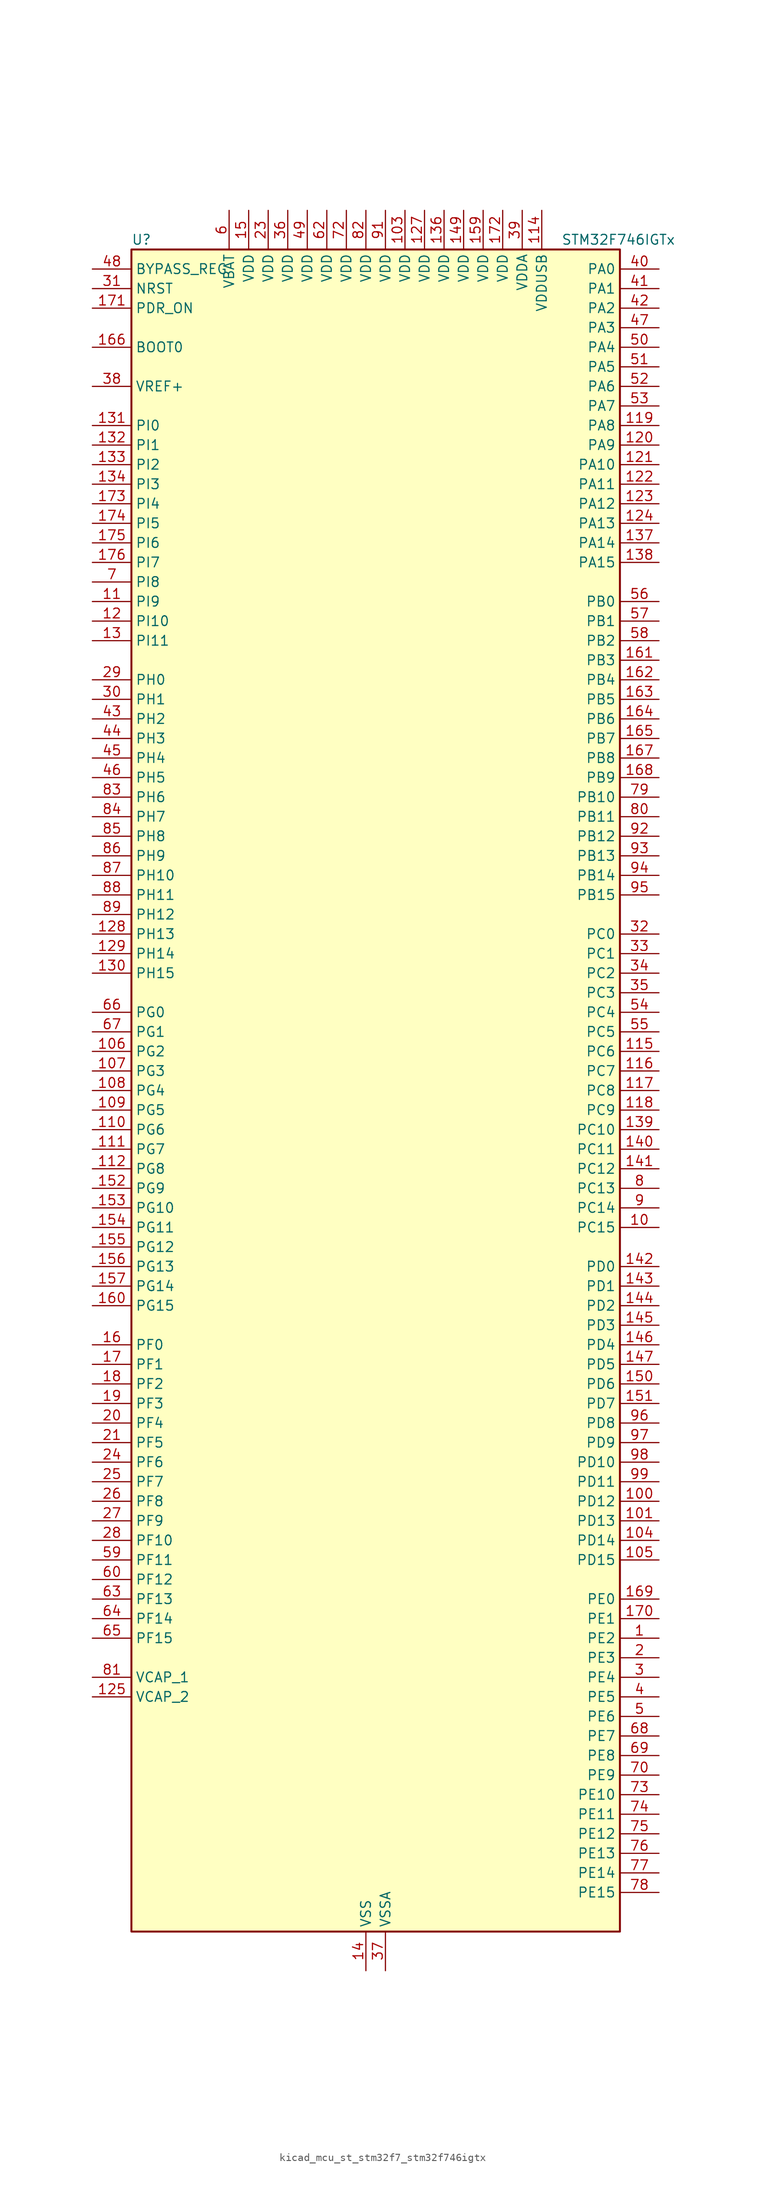
<source format=kicad_sym>
(kicad_symbol_lib
  (version 20220914)
  (generator kicad_symbol_editor)
  (symbol "kicad_mcu_st_stm32f7_stm32f746igtx"
    (property "Reference" "U"
      (at -30.48 110.49 0)
      (effects (font (size 1.27 1.27)) (justify left)))
    (property "Value" "STM32F746IGTx"
      (at 25.4 110.49 0)
      (effects (font (size 1.27 1.27)) (justify left)))
    (property "ki_locked" ""
      (at 0 0 0)
      (effects (font (size 1.27 1.27))))
    (symbol "kicad_mcu_st_stm32f7_stm32f746igtx_0_1"
      (rectangle (start -30.48 -109.22) (end 33.02 109.22) (stroke (width 0.254) (type default)) (fill (type background))))
    (symbol "kicad_mcu_st_stm32f7_stm32f746igtx_1_1"
      (pin bidirectional line (at 38.1 -71.12 180) (length 5.08) (name "PE2" (effects (font (size 1.27 1.27)))) (number "1" (effects (font (size 1.27 1.27)))) (alternate "ETH_TXD3" bidirectional line) (alternate "FMC_A23" bidirectional line) (alternate "QUADSPI_BK1_IO2" bidirectional line) (alternate "SAI1_MCLK_A" bidirectional line) (alternate "SPI4_SCK" bidirectional line) (alternate "SYS_TRACECLK" bidirectional line))
      (pin bidirectional line (at 38.1 -17.78 180) (length 5.08) (name "PC15" (effects (font (size 1.27 1.27)))) (number "10" (effects (font (size 1.27 1.27)))) (alternate "RCC_OSC32_OUT" bidirectional line))
      (pin bidirectional line (at 38.1 -53.34 180) (length 5.08) (name "PD12" (effects (font (size 1.27 1.27)))) (number "100" (effects (font (size 1.27 1.27)))) (alternate "FMC_A17" bidirectional line) (alternate "FMC_ALE" bidirectional line) (alternate "I2C4_SCL" bidirectional line) (alternate "LPTIM1_IN1" bidirectional line) (alternate "QUADSPI_BK1_IO1" bidirectional line) (alternate "SAI2_FS_A" bidirectional line) (alternate "TIM4_CH1" bidirectional line) (alternate "USART3_DE" bidirectional line) (alternate "USART3_RTS" bidirectional line))
      (pin bidirectional line (at 38.1 -55.88 180) (length 5.08) (name "PD13" (effects (font (size 1.27 1.27)))) (number "101" (effects (font (size 1.27 1.27)))) (alternate "FMC_A18" bidirectional line) (alternate "I2C4_SDA" bidirectional line) (alternate "LPTIM1_OUT" bidirectional line) (alternate "QUADSPI_BK1_IO3" bidirectional line) (alternate "SAI2_SCK_A" bidirectional line) (alternate "TIM4_CH2" bidirectional line))
      (pin passive line (at 0 -114.3 90) (length 5.08) hide (name "VSS" (effects (font (size 1.27 1.27)))) (number "102" (effects (font (size 1.27 1.27)))))
      (pin power_in line (at 5.08 114.3 270) (length 5.08) (name "VDD" (effects (font (size 1.27 1.27)))) (number "103" (effects (font (size 1.27 1.27)))))
      (pin bidirectional line (at 38.1 -58.42 180) (length 5.08) (name "PD14" (effects (font (size 1.27 1.27)))) (number "104" (effects (font (size 1.27 1.27)))) (alternate "FMC_D0" bidirectional line) (alternate "FMC_DA0" bidirectional line) (alternate "TIM4_CH3" bidirectional line) (alternate "UART8_CTS" bidirectional line))
      (pin bidirectional line (at 38.1 -60.96 180) (length 5.08) (name "PD15" (effects (font (size 1.27 1.27)))) (number "105" (effects (font (size 1.27 1.27)))) (alternate "FMC_D1" bidirectional line) (alternate "FMC_DA1" bidirectional line) (alternate "TIM4_CH4" bidirectional line) (alternate "UART8_DE" bidirectional line) (alternate "UART8_RTS" bidirectional line))
      (pin bidirectional line (at -35.56 5.08 0) (length 5.08) (name "PG2" (effects (font (size 1.27 1.27)))) (number "106" (effects (font (size 1.27 1.27)))) (alternate "FMC_A12" bidirectional line))
      (pin bidirectional line (at -35.56 2.54 0) (length 5.08) (name "PG3" (effects (font (size 1.27 1.27)))) (number "107" (effects (font (size 1.27 1.27)))) (alternate "FMC_A13" bidirectional line))
      (pin bidirectional line (at -35.56 0 0) (length 5.08) (name "PG4" (effects (font (size 1.27 1.27)))) (number "108" (effects (font (size 1.27 1.27)))) (alternate "FMC_A14" bidirectional line) (alternate "FMC_BA0" bidirectional line))
      (pin bidirectional line (at -35.56 -2.54 0) (length 5.08) (name "PG5" (effects (font (size 1.27 1.27)))) (number "109" (effects (font (size 1.27 1.27)))) (alternate "FMC_A15" bidirectional line) (alternate "FMC_BA1" bidirectional line))
      (pin bidirectional line (at -35.56 63.5 0) (length 5.08) (name "PI9" (effects (font (size 1.27 1.27)))) (number "11" (effects (font (size 1.27 1.27)))) (alternate "CAN1_RX" bidirectional line) (alternate "DAC_EXTI9" bidirectional line) (alternate "FMC_D30" bidirectional line) (alternate "LTDC_VSYNC" bidirectional line))
      (pin bidirectional line (at -35.56 -5.08 0) (length 5.08) (name "PG6" (effects (font (size 1.27 1.27)))) (number "110" (effects (font (size 1.27 1.27)))) (alternate "DCMI_D12" bidirectional line) (alternate "LTDC_R7" bidirectional line))
      (pin bidirectional line (at -35.56 -7.62 0) (length 5.08) (name "PG7" (effects (font (size 1.27 1.27)))) (number "111" (effects (font (size 1.27 1.27)))) (alternate "DCMI_D13" bidirectional line) (alternate "FMC_INT" bidirectional line) (alternate "LTDC_CLK" bidirectional line) (alternate "USART6_CK" bidirectional line))
      (pin bidirectional line (at -35.56 -10.16 0) (length 5.08) (name "PG8" (effects (font (size 1.27 1.27)))) (number "112" (effects (font (size 1.27 1.27)))) (alternate "ETH_PPS_OUT" bidirectional line) (alternate "FMC_SDCLK" bidirectional line) (alternate "SPDIFRX_IN2" bidirectional line) (alternate "SPI6_NSS" bidirectional line) (alternate "USART6_DE" bidirectional line) (alternate "USART6_RTS" bidirectional line))
      (pin passive line (at 0 -114.3 90) (length 5.08) hide (name "VSS" (effects (font (size 1.27 1.27)))) (number "113" (effects (font (size 1.27 1.27)))))
      (pin power_in line (at 22.86 114.3 270) (length 5.08) (name "VDDUSB" (effects (font (size 1.27 1.27)))) (number "114" (effects (font (size 1.27 1.27)))))
      (pin bidirectional line (at 38.1 5.08 180) (length 5.08) (name "PC6" (effects (font (size 1.27 1.27)))) (number "115" (effects (font (size 1.27 1.27)))) (alternate "DCMI_D0" bidirectional line) (alternate "I2S2_MCK" bidirectional line) (alternate "LTDC_HSYNC" bidirectional line) (alternate "SDMMC1_D6" bidirectional line) (alternate "TIM3_CH1" bidirectional line) (alternate "TIM8_CH1" bidirectional line) (alternate "USART6_TX" bidirectional line))
      (pin bidirectional line (at 38.1 2.54 180) (length 5.08) (name "PC7" (effects (font (size 1.27 1.27)))) (number "116" (effects (font (size 1.27 1.27)))) (alternate "DCMI_D1" bidirectional line) (alternate "I2S3_MCK" bidirectional line) (alternate "LTDC_G6" bidirectional line) (alternate "SDMMC1_D7" bidirectional line) (alternate "TIM3_CH2" bidirectional line) (alternate "TIM8_CH2" bidirectional line) (alternate "USART6_RX" bidirectional line))
      (pin bidirectional line (at 38.1 0 180) (length 5.08) (name "PC8" (effects (font (size 1.27 1.27)))) (number "117" (effects (font (size 1.27 1.27)))) (alternate "DCMI_D2" bidirectional line) (alternate "SDMMC1_D0" bidirectional line) (alternate "SYS_TRACED1" bidirectional line) (alternate "TIM3_CH3" bidirectional line) (alternate "TIM8_CH3" bidirectional line) (alternate "UART5_DE" bidirectional line) (alternate "UART5_RTS" bidirectional line) (alternate "USART6_CK" bidirectional line))
      (pin bidirectional line (at 38.1 -2.54 180) (length 5.08) (name "PC9" (effects (font (size 1.27 1.27)))) (number "118" (effects (font (size 1.27 1.27)))) (alternate "DAC_EXTI9" bidirectional line) (alternate "DCMI_D3" bidirectional line) (alternate "I2C3_SDA" bidirectional line) (alternate "I2S_CKIN" bidirectional line) (alternate "QUADSPI_BK1_IO0" bidirectional line) (alternate "RCC_MCO_2" bidirectional line) (alternate "SDMMC1_D1" bidirectional line) (alternate "TIM3_CH4" bidirectional line) (alternate "TIM8_CH4" bidirectional line) (alternate "UART5_CTS" bidirectional line))
      (pin bidirectional line (at 38.1 86.36 180) (length 5.08) (name "PA8" (effects (font (size 1.27 1.27)))) (number "119" (effects (font (size 1.27 1.27)))) (alternate "I2C3_SCL" bidirectional line) (alternate "LTDC_R6" bidirectional line) (alternate "RCC_MCO_1" bidirectional line) (alternate "TIM1_CH1" bidirectional line) (alternate "TIM8_BKIN2" bidirectional line) (alternate "USART1_CK" bidirectional line) (alternate "USB_OTG_FS_SOF" bidirectional line))
      (pin bidirectional line (at -35.56 60.96 0) (length 5.08) (name "PI10" (effects (font (size 1.27 1.27)))) (number "12" (effects (font (size 1.27 1.27)))) (alternate "ETH_RX_ER" bidirectional line) (alternate "FMC_D31" bidirectional line) (alternate "LTDC_HSYNC" bidirectional line))
      (pin bidirectional line (at 38.1 83.82 180) (length 5.08) (name "PA9" (effects (font (size 1.27 1.27)))) (number "120" (effects (font (size 1.27 1.27)))) (alternate "DAC_EXTI9" bidirectional line) (alternate "DCMI_D0" bidirectional line) (alternate "I2C3_SMBA" bidirectional line) (alternate "I2S2_CK" bidirectional line) (alternate "SPI2_SCK" bidirectional line) (alternate "TIM1_CH2" bidirectional line) (alternate "USART1_TX" bidirectional line) (alternate "USB_OTG_FS_VBUS" bidirectional line))
      (pin bidirectional line (at 38.1 81.28 180) (length 5.08) (name "PA10" (effects (font (size 1.27 1.27)))) (number "121" (effects (font (size 1.27 1.27)))) (alternate "DCMI_D1" bidirectional line) (alternate "TIM1_CH3" bidirectional line) (alternate "USART1_RX" bidirectional line) (alternate "USB_OTG_FS_ID" bidirectional line))
      (pin bidirectional line (at 38.1 78.74 180) (length 5.08) (name "PA11" (effects (font (size 1.27 1.27)))) (number "122" (effects (font (size 1.27 1.27)))) (alternate "ADC1_EXTI11" bidirectional line) (alternate "ADC2_EXTI11" bidirectional line) (alternate "ADC3_EXTI11" bidirectional line) (alternate "CAN1_RX" bidirectional line) (alternate "LTDC_R4" bidirectional line) (alternate "TIM1_CH4" bidirectional line) (alternate "USART1_CTS" bidirectional line) (alternate "USB_OTG_FS_DM" bidirectional line))
      (pin bidirectional line (at 38.1 76.2 180) (length 5.08) (name "PA12" (effects (font (size 1.27 1.27)))) (number "123" (effects (font (size 1.27 1.27)))) (alternate "CAN1_TX" bidirectional line) (alternate "LTDC_R5" bidirectional line) (alternate "SAI2_FS_B" bidirectional line) (alternate "TIM1_ETR" bidirectional line) (alternate "USART1_DE" bidirectional line) (alternate "USART1_RTS" bidirectional line) (alternate "USB_OTG_FS_DP" bidirectional line))
      (pin bidirectional line (at 38.1 73.66 180) (length 5.08) (name "PA13" (effects (font (size 1.27 1.27)))) (number "124" (effects (font (size 1.27 1.27)))) (alternate "SYS_JTMS-SWDIO" bidirectional line))
      (pin power_out line (at -35.56 -78.74 0) (length 5.08) (name "VCAP_2" (effects (font (size 1.27 1.27)))) (number "125" (effects (font (size 1.27 1.27)))))
      (pin passive line (at 0 -114.3 90) (length 5.08) hide (name "VSS" (effects (font (size 1.27 1.27)))) (number "126" (effects (font (size 1.27 1.27)))))
      (pin power_in line (at 7.62 114.3 270) (length 5.08) (name "VDD" (effects (font (size 1.27 1.27)))) (number "127" (effects (font (size 1.27 1.27)))))
      (pin bidirectional line (at -35.56 20.32 0) (length 5.08) (name "PH13" (effects (font (size 1.27 1.27)))) (number "128" (effects (font (size 1.27 1.27)))) (alternate "CAN1_TX" bidirectional line) (alternate "FMC_D21" bidirectional line) (alternate "LTDC_G2" bidirectional line) (alternate "TIM8_CH1N" bidirectional line))
      (pin bidirectional line (at -35.56 17.78 0) (length 5.08) (name "PH14" (effects (font (size 1.27 1.27)))) (number "129" (effects (font (size 1.27 1.27)))) (alternate "DCMI_D4" bidirectional line) (alternate "FMC_D22" bidirectional line) (alternate "LTDC_G3" bidirectional line) (alternate "TIM8_CH2N" bidirectional line))
      (pin bidirectional line (at -35.56 58.42 0) (length 5.08) (name "PI11" (effects (font (size 1.27 1.27)))) (number "13" (effects (font (size 1.27 1.27)))) (alternate "ADC1_EXTI11" bidirectional line) (alternate "ADC2_EXTI11" bidirectional line) (alternate "ADC3_EXTI11" bidirectional line) (alternate "SYS_WKUP6" bidirectional line) (alternate "USB_OTG_HS_ULPI_DIR" bidirectional line))
      (pin bidirectional line (at -35.56 15.24 0) (length 5.08) (name "PH15" (effects (font (size 1.27 1.27)))) (number "130" (effects (font (size 1.27 1.27)))) (alternate "DCMI_D11" bidirectional line) (alternate "FMC_D23" bidirectional line) (alternate "LTDC_G4" bidirectional line) (alternate "TIM8_CH3N" bidirectional line))
      (pin bidirectional line (at -35.56 86.36 0) (length 5.08) (name "PI0" (effects (font (size 1.27 1.27)))) (number "131" (effects (font (size 1.27 1.27)))) (alternate "DCMI_D13" bidirectional line) (alternate "FMC_D24" bidirectional line) (alternate "I2S2_WS" bidirectional line) (alternate "LTDC_G5" bidirectional line) (alternate "SPI2_NSS" bidirectional line) (alternate "TIM5_CH4" bidirectional line))
      (pin bidirectional line (at -35.56 83.82 0) (length 5.08) (name "PI1" (effects (font (size 1.27 1.27)))) (number "132" (effects (font (size 1.27 1.27)))) (alternate "DCMI_D8" bidirectional line) (alternate "FMC_D25" bidirectional line) (alternate "I2S2_CK" bidirectional line) (alternate "LTDC_G6" bidirectional line) (alternate "SPI2_SCK" bidirectional line) (alternate "TIM8_BKIN2" bidirectional line))
      (pin bidirectional line (at -35.56 81.28 0) (length 5.08) (name "PI2" (effects (font (size 1.27 1.27)))) (number "133" (effects (font (size 1.27 1.27)))) (alternate "DCMI_D9" bidirectional line) (alternate "FMC_D26" bidirectional line) (alternate "LTDC_G7" bidirectional line) (alternate "SPI2_MISO" bidirectional line) (alternate "TIM8_CH4" bidirectional line))
      (pin bidirectional line (at -35.56 78.74 0) (length 5.08) (name "PI3" (effects (font (size 1.27 1.27)))) (number "134" (effects (font (size 1.27 1.27)))) (alternate "DCMI_D10" bidirectional line) (alternate "FMC_D27" bidirectional line) (alternate "I2S2_SD" bidirectional line) (alternate "SPI2_MOSI" bidirectional line) (alternate "TIM8_ETR" bidirectional line))
      (pin passive line (at 0 -114.3 90) (length 5.08) hide (name "VSS" (effects (font (size 1.27 1.27)))) (number "135" (effects (font (size 1.27 1.27)))))
      (pin power_in line (at 10.16 114.3 270) (length 5.08) (name "VDD" (effects (font (size 1.27 1.27)))) (number "136" (effects (font (size 1.27 1.27)))))
      (pin bidirectional line (at 38.1 71.12 180) (length 5.08) (name "PA14" (effects (font (size 1.27 1.27)))) (number "137" (effects (font (size 1.27 1.27)))) (alternate "SYS_JTCK-SWCLK" bidirectional line))
      (pin bidirectional line (at 38.1 68.58 180) (length 5.08) (name "PA15" (effects (font (size 1.27 1.27)))) (number "138" (effects (font (size 1.27 1.27)))) (alternate "CEC" bidirectional line) (alternate "I2S1_WS" bidirectional line) (alternate "I2S3_WS" bidirectional line) (alternate "SPI1_NSS" bidirectional line) (alternate "SPI3_NSS" bidirectional line) (alternate "SYS_JTDI" bidirectional line) (alternate "TIM2_CH1" bidirectional line) (alternate "TIM2_ETR" bidirectional line) (alternate "UART4_DE" bidirectional line) (alternate "UART4_RTS" bidirectional line))
      (pin bidirectional line (at 38.1 -5.08 180) (length 5.08) (name "PC10" (effects (font (size 1.27 1.27)))) (number "139" (effects (font (size 1.27 1.27)))) (alternate "DCMI_D8" bidirectional line) (alternate "I2S3_CK" bidirectional line) (alternate "LTDC_R2" bidirectional line) (alternate "QUADSPI_BK1_IO1" bidirectional line) (alternate "SDMMC1_D2" bidirectional line) (alternate "SPI3_SCK" bidirectional line) (alternate "UART4_TX" bidirectional line) (alternate "USART3_TX" bidirectional line))
      (pin power_in line (at 0 -114.3 90) (length 5.08) (name "VSS" (effects (font (size 1.27 1.27)))) (number "14" (effects (font (size 1.27 1.27)))))
      (pin bidirectional line (at 38.1 -7.62 180) (length 5.08) (name "PC11" (effects (font (size 1.27 1.27)))) (number "140" (effects (font (size 1.27 1.27)))) (alternate "ADC1_EXTI11" bidirectional line) (alternate "ADC2_EXTI11" bidirectional line) (alternate "ADC3_EXTI11" bidirectional line) (alternate "DCMI_D4" bidirectional line) (alternate "QUADSPI_BK2_NCS" bidirectional line) (alternate "SDMMC1_D3" bidirectional line) (alternate "SPI3_MISO" bidirectional line) (alternate "UART4_RX" bidirectional line) (alternate "USART3_RX" bidirectional line))
      (pin bidirectional line (at 38.1 -10.16 180) (length 5.08) (name "PC12" (effects (font (size 1.27 1.27)))) (number "141" (effects (font (size 1.27 1.27)))) (alternate "DCMI_D9" bidirectional line) (alternate "I2S3_SD" bidirectional line) (alternate "SDMMC1_CK" bidirectional line) (alternate "SPI3_MOSI" bidirectional line) (alternate "SYS_TRACED3" bidirectional line) (alternate "UART5_TX" bidirectional line) (alternate "USART3_CK" bidirectional line))
      (pin bidirectional line (at 38.1 -22.86 180) (length 5.08) (name "PD0" (effects (font (size 1.27 1.27)))) (number "142" (effects (font (size 1.27 1.27)))) (alternate "CAN1_RX" bidirectional line) (alternate "FMC_D2" bidirectional line) (alternate "FMC_DA2" bidirectional line))
      (pin bidirectional line (at 38.1 -25.4 180) (length 5.08) (name "PD1" (effects (font (size 1.27 1.27)))) (number "143" (effects (font (size 1.27 1.27)))) (alternate "CAN1_TX" bidirectional line) (alternate "FMC_D3" bidirectional line) (alternate "FMC_DA3" bidirectional line))
      (pin bidirectional line (at 38.1 -27.94 180) (length 5.08) (name "PD2" (effects (font (size 1.27 1.27)))) (number "144" (effects (font (size 1.27 1.27)))) (alternate "DCMI_D11" bidirectional line) (alternate "SDMMC1_CMD" bidirectional line) (alternate "SYS_TRACED2" bidirectional line) (alternate "TIM3_ETR" bidirectional line) (alternate "UART5_RX" bidirectional line))
      (pin bidirectional line (at 38.1 -30.48 180) (length 5.08) (name "PD3" (effects (font (size 1.27 1.27)))) (number "145" (effects (font (size 1.27 1.27)))) (alternate "DCMI_D5" bidirectional line) (alternate "FMC_CLK" bidirectional line) (alternate "I2S2_CK" bidirectional line) (alternate "LTDC_G7" bidirectional line) (alternate "SPI2_SCK" bidirectional line) (alternate "USART2_CTS" bidirectional line))
      (pin bidirectional line (at 38.1 -33.02 180) (length 5.08) (name "PD4" (effects (font (size 1.27 1.27)))) (number "146" (effects (font (size 1.27 1.27)))) (alternate "FMC_NOE" bidirectional line) (alternate "USART2_DE" bidirectional line) (alternate "USART2_RTS" bidirectional line))
      (pin bidirectional line (at 38.1 -35.56 180) (length 5.08) (name "PD5" (effects (font (size 1.27 1.27)))) (number "147" (effects (font (size 1.27 1.27)))) (alternate "FMC_NWE" bidirectional line) (alternate "USART2_TX" bidirectional line))
      (pin passive line (at 0 -114.3 90) (length 5.08) hide (name "VSS" (effects (font (size 1.27 1.27)))) (number "148" (effects (font (size 1.27 1.27)))))
      (pin power_in line (at 12.7 114.3 270) (length 5.08) (name "VDD" (effects (font (size 1.27 1.27)))) (number "149" (effects (font (size 1.27 1.27)))))
      (pin power_in line (at -15.24 114.3 270) (length 5.08) (name "VDD" (effects (font (size 1.27 1.27)))) (number "15" (effects (font (size 1.27 1.27)))))
      (pin bidirectional line (at 38.1 -38.1 180) (length 5.08) (name "PD6" (effects (font (size 1.27 1.27)))) (number "150" (effects (font (size 1.27 1.27)))) (alternate "DCMI_D10" bidirectional line) (alternate "FMC_NWAIT" bidirectional line) (alternate "I2S3_SD" bidirectional line) (alternate "LTDC_B2" bidirectional line) (alternate "SAI1_SD_A" bidirectional line) (alternate "SPI3_MOSI" bidirectional line) (alternate "USART2_RX" bidirectional line))
      (pin bidirectional line (at 38.1 -40.64 180) (length 5.08) (name "PD7" (effects (font (size 1.27 1.27)))) (number "151" (effects (font (size 1.27 1.27)))) (alternate "FMC_NE1" bidirectional line) (alternate "SPDIFRX_IN0" bidirectional line) (alternate "USART2_CK" bidirectional line))
      (pin bidirectional line (at -35.56 -12.7 0) (length 5.08) (name "PG9" (effects (font (size 1.27 1.27)))) (number "152" (effects (font (size 1.27 1.27)))) (alternate "DAC_EXTI9" bidirectional line) (alternate "DCMI_VSYNC" bidirectional line) (alternate "FMC_NCE" bidirectional line) (alternate "FMC_NE2" bidirectional line) (alternate "QUADSPI_BK2_IO2" bidirectional line) (alternate "SAI2_FS_B" bidirectional line) (alternate "SPDIFRX_IN3" bidirectional line) (alternate "USART6_RX" bidirectional line))
      (pin bidirectional line (at -35.56 -15.24 0) (length 5.08) (name "PG10" (effects (font (size 1.27 1.27)))) (number "153" (effects (font (size 1.27 1.27)))) (alternate "DCMI_D2" bidirectional line) (alternate "FMC_NE3" bidirectional line) (alternate "LTDC_B2" bidirectional line) (alternate "LTDC_G3" bidirectional line) (alternate "SAI2_SD_B" bidirectional line))
      (pin bidirectional line (at -35.56 -17.78 0) (length 5.08) (name "PG11" (effects (font (size 1.27 1.27)))) (number "154" (effects (font (size 1.27 1.27)))) (alternate "ADC1_EXTI11" bidirectional line) (alternate "ADC2_EXTI11" bidirectional line) (alternate "ADC3_EXTI11" bidirectional line) (alternate "DCMI_D3" bidirectional line) (alternate "ETH_TX_EN" bidirectional line) (alternate "LTDC_B3" bidirectional line) (alternate "SPDIFRX_IN0" bidirectional line))
      (pin bidirectional line (at -35.56 -20.32 0) (length 5.08) (name "PG12" (effects (font (size 1.27 1.27)))) (number "155" (effects (font (size 1.27 1.27)))) (alternate "FMC_NE4" bidirectional line) (alternate "LPTIM1_IN1" bidirectional line) (alternate "LTDC_B1" bidirectional line) (alternate "LTDC_B4" bidirectional line) (alternate "SPDIFRX_IN1" bidirectional line) (alternate "SPI6_MISO" bidirectional line) (alternate "USART6_DE" bidirectional line) (alternate "USART6_RTS" bidirectional line))
      (pin bidirectional line (at -35.56 -22.86 0) (length 5.08) (name "PG13" (effects (font (size 1.27 1.27)))) (number "156" (effects (font (size 1.27 1.27)))) (alternate "ETH_TXD0" bidirectional line) (alternate "FMC_A24" bidirectional line) (alternate "LPTIM1_OUT" bidirectional line) (alternate "LTDC_R0" bidirectional line) (alternate "SPI6_SCK" bidirectional line) (alternate "SYS_TRACED0" bidirectional line) (alternate "USART6_CTS" bidirectional line))
      (pin bidirectional line (at -35.56 -25.4 0) (length 5.08) (name "PG14" (effects (font (size 1.27 1.27)))) (number "157" (effects (font (size 1.27 1.27)))) (alternate "ETH_TXD1" bidirectional line) (alternate "FMC_A25" bidirectional line) (alternate "LPTIM1_ETR" bidirectional line) (alternate "LTDC_B0" bidirectional line) (alternate "QUADSPI_BK2_IO3" bidirectional line) (alternate "SPI6_MOSI" bidirectional line) (alternate "SYS_TRACED1" bidirectional line) (alternate "USART6_TX" bidirectional line))
      (pin passive line (at 0 -114.3 90) (length 5.08) hide (name "VSS" (effects (font (size 1.27 1.27)))) (number "158" (effects (font (size 1.27 1.27)))))
      (pin power_in line (at 15.24 114.3 270) (length 5.08) (name "VDD" (effects (font (size 1.27 1.27)))) (number "159" (effects (font (size 1.27 1.27)))))
      (pin bidirectional line (at -35.56 -33.02 0) (length 5.08) (name "PF0" (effects (font (size 1.27 1.27)))) (number "16" (effects (font (size 1.27 1.27)))) (alternate "FMC_A0" bidirectional line) (alternate "I2C2_SDA" bidirectional line))
      (pin bidirectional line (at -35.56 -27.94 0) (length 5.08) (name "PG15" (effects (font (size 1.27 1.27)))) (number "160" (effects (font (size 1.27 1.27)))) (alternate "DCMI_D13" bidirectional line) (alternate "FMC_SDNCAS" bidirectional line) (alternate "USART6_CTS" bidirectional line))
      (pin bidirectional line (at 38.1 55.88 180) (length 5.08) (name "PB3" (effects (font (size 1.27 1.27)))) (number "161" (effects (font (size 1.27 1.27)))) (alternate "I2S1_CK" bidirectional line) (alternate "I2S3_CK" bidirectional line) (alternate "SPI1_SCK" bidirectional line) (alternate "SPI3_SCK" bidirectional line) (alternate "SYS_JTDO-SWO" bidirectional line) (alternate "TIM2_CH2" bidirectional line))
      (pin bidirectional line (at 38.1 53.34 180) (length 5.08) (name "PB4" (effects (font (size 1.27 1.27)))) (number "162" (effects (font (size 1.27 1.27)))) (alternate "I2S2_WS" bidirectional line) (alternate "SPI1_MISO" bidirectional line) (alternate "SPI2_NSS" bidirectional line) (alternate "SPI3_MISO" bidirectional line) (alternate "SYS_JTRST" bidirectional line) (alternate "TIM3_CH1" bidirectional line))
      (pin bidirectional line (at 38.1 50.8 180) (length 5.08) (name "PB5" (effects (font (size 1.27 1.27)))) (number "163" (effects (font (size 1.27 1.27)))) (alternate "CAN2_RX" bidirectional line) (alternate "DCMI_D10" bidirectional line) (alternate "ETH_PPS_OUT" bidirectional line) (alternate "FMC_SDCKE1" bidirectional line) (alternate "I2C1_SMBA" bidirectional line) (alternate "I2S1_SD" bidirectional line) (alternate "I2S3_SD" bidirectional line) (alternate "SPI1_MOSI" bidirectional line) (alternate "SPI3_MOSI" bidirectional line) (alternate "TIM3_CH2" bidirectional line) (alternate "USB_OTG_HS_ULPI_D7" bidirectional line))
      (pin bidirectional line (at 38.1 48.26 180) (length 5.08) (name "PB6" (effects (font (size 1.27 1.27)))) (number "164" (effects (font (size 1.27 1.27)))) (alternate "CAN2_TX" bidirectional line) (alternate "CEC" bidirectional line) (alternate "DCMI_D5" bidirectional line) (alternate "FMC_SDNE1" bidirectional line) (alternate "I2C1_SCL" bidirectional line) (alternate "QUADSPI_BK1_NCS" bidirectional line) (alternate "TIM4_CH1" bidirectional line) (alternate "USART1_TX" bidirectional line))
      (pin bidirectional line (at 38.1 45.72 180) (length 5.08) (name "PB7" (effects (font (size 1.27 1.27)))) (number "165" (effects (font (size 1.27 1.27)))) (alternate "DCMI_VSYNC" bidirectional line) (alternate "FMC_NL" bidirectional line) (alternate "I2C1_SDA" bidirectional line) (alternate "TIM4_CH2" bidirectional line) (alternate "USART1_RX" bidirectional line))
      (pin input line (at -35.56 96.52 0) (length 5.08) (name "BOOT0" (effects (font (size 1.27 1.27)))) (number "166" (effects (font (size 1.27 1.27)))))
      (pin bidirectional line (at 38.1 43.18 180) (length 5.08) (name "PB8" (effects (font (size 1.27 1.27)))) (number "167" (effects (font (size 1.27 1.27)))) (alternate "CAN1_RX" bidirectional line) (alternate "DCMI_D6" bidirectional line) (alternate "ETH_TXD3" bidirectional line) (alternate "I2C1_SCL" bidirectional line) (alternate "LTDC_B6" bidirectional line) (alternate "SDMMC1_D4" bidirectional line) (alternate "TIM10_CH1" bidirectional line) (alternate "TIM4_CH3" bidirectional line))
      (pin bidirectional line (at 38.1 40.64 180) (length 5.08) (name "PB9" (effects (font (size 1.27 1.27)))) (number "168" (effects (font (size 1.27 1.27)))) (alternate "CAN1_TX" bidirectional line) (alternate "DAC_EXTI9" bidirectional line) (alternate "DCMI_D7" bidirectional line) (alternate "I2C1_SDA" bidirectional line) (alternate "I2S2_WS" bidirectional line) (alternate "LTDC_B7" bidirectional line) (alternate "SDMMC1_D5" bidirectional line) (alternate "SPI2_NSS" bidirectional line) (alternate "TIM11_CH1" bidirectional line) (alternate "TIM4_CH4" bidirectional line))
      (pin bidirectional line (at 38.1 -66.04 180) (length 5.08) (name "PE0" (effects (font (size 1.27 1.27)))) (number "169" (effects (font (size 1.27 1.27)))) (alternate "DCMI_D2" bidirectional line) (alternate "FMC_NBL0" bidirectional line) (alternate "LPTIM1_ETR" bidirectional line) (alternate "SAI2_MCLK_A" bidirectional line) (alternate "TIM4_ETR" bidirectional line) (alternate "UART8_RX" bidirectional line))
      (pin bidirectional line (at -35.56 -35.56 0) (length 5.08) (name "PF1" (effects (font (size 1.27 1.27)))) (number "17" (effects (font (size 1.27 1.27)))) (alternate "FMC_A1" bidirectional line) (alternate "I2C2_SCL" bidirectional line))
      (pin bidirectional line (at 38.1 -68.58 180) (length 5.08) (name "PE1" (effects (font (size 1.27 1.27)))) (number "170" (effects (font (size 1.27 1.27)))) (alternate "DCMI_D3" bidirectional line) (alternate "FMC_NBL1" bidirectional line) (alternate "LPTIM1_IN2" bidirectional line) (alternate "UART8_TX" bidirectional line))
      (pin input line (at -35.56 101.6 0) (length 5.08) (name "PDR_ON" (effects (font (size 1.27 1.27)))) (number "171" (effects (font (size 1.27 1.27)))))
      (pin power_in line (at 17.78 114.3 270) (length 5.08) (name "VDD" (effects (font (size 1.27 1.27)))) (number "172" (effects (font (size 1.27 1.27)))))
      (pin bidirectional line (at -35.56 76.2 0) (length 5.08) (name "PI4" (effects (font (size 1.27 1.27)))) (number "173" (effects (font (size 1.27 1.27)))) (alternate "DCMI_D5" bidirectional line) (alternate "FMC_NBL2" bidirectional line) (alternate "LTDC_B4" bidirectional line) (alternate "SAI2_MCLK_A" bidirectional line) (alternate "TIM8_BKIN" bidirectional line))
      (pin bidirectional line (at -35.56 73.66 0) (length 5.08) (name "PI5" (effects (font (size 1.27 1.27)))) (number "174" (effects (font (size 1.27 1.27)))) (alternate "DCMI_VSYNC" bidirectional line) (alternate "FMC_NBL3" bidirectional line) (alternate "LTDC_B5" bidirectional line) (alternate "SAI2_SCK_A" bidirectional line) (alternate "TIM8_CH1" bidirectional line))
      (pin bidirectional line (at -35.56 71.12 0) (length 5.08) (name "PI6" (effects (font (size 1.27 1.27)))) (number "175" (effects (font (size 1.27 1.27)))) (alternate "DCMI_D6" bidirectional line) (alternate "FMC_D28" bidirectional line) (alternate "LTDC_B6" bidirectional line) (alternate "SAI2_SD_A" bidirectional line) (alternate "TIM8_CH2" bidirectional line))
      (pin bidirectional line (at -35.56 68.58 0) (length 5.08) (name "PI7" (effects (font (size 1.27 1.27)))) (number "176" (effects (font (size 1.27 1.27)))) (alternate "DCMI_D7" bidirectional line) (alternate "FMC_D29" bidirectional line) (alternate "LTDC_B7" bidirectional line) (alternate "SAI2_FS_A" bidirectional line) (alternate "TIM8_CH3" bidirectional line))
      (pin bidirectional line (at -35.56 -38.1 0) (length 5.08) (name "PF2" (effects (font (size 1.27 1.27)))) (number "18" (effects (font (size 1.27 1.27)))) (alternate "FMC_A2" bidirectional line) (alternate "I2C2_SMBA" bidirectional line))
      (pin bidirectional line (at -35.56 -40.64 0) (length 5.08) (name "PF3" (effects (font (size 1.27 1.27)))) (number "19" (effects (font (size 1.27 1.27)))) (alternate "ADC3_IN9" bidirectional line) (alternate "FMC_A3" bidirectional line))
      (pin bidirectional line (at 38.1 -73.66 180) (length 5.08) (name "PE3" (effects (font (size 1.27 1.27)))) (number "2" (effects (font (size 1.27 1.27)))) (alternate "FMC_A19" bidirectional line) (alternate "SAI1_SD_B" bidirectional line) (alternate "SYS_TRACED0" bidirectional line))
      (pin bidirectional line (at -35.56 -43.18 0) (length 5.08) (name "PF4" (effects (font (size 1.27 1.27)))) (number "20" (effects (font (size 1.27 1.27)))) (alternate "ADC3_IN14" bidirectional line) (alternate "FMC_A4" bidirectional line))
      (pin bidirectional line (at -35.56 -45.72 0) (length 5.08) (name "PF5" (effects (font (size 1.27 1.27)))) (number "21" (effects (font (size 1.27 1.27)))) (alternate "ADC3_IN15" bidirectional line) (alternate "FMC_A5" bidirectional line))
      (pin passive line (at 0 -114.3 90) (length 5.08) hide (name "VSS" (effects (font (size 1.27 1.27)))) (number "22" (effects (font (size 1.27 1.27)))))
      (pin power_in line (at -12.7 114.3 270) (length 5.08) (name "VDD" (effects (font (size 1.27 1.27)))) (number "23" (effects (font (size 1.27 1.27)))))
      (pin bidirectional line (at -35.56 -48.26 0) (length 5.08) (name "PF6" (effects (font (size 1.27 1.27)))) (number "24" (effects (font (size 1.27 1.27)))) (alternate "ADC3_IN4" bidirectional line) (alternate "QUADSPI_BK1_IO3" bidirectional line) (alternate "SAI1_SD_B" bidirectional line) (alternate "SPI5_NSS" bidirectional line) (alternate "TIM10_CH1" bidirectional line) (alternate "UART7_RX" bidirectional line))
      (pin bidirectional line (at -35.56 -50.8 0) (length 5.08) (name "PF7" (effects (font (size 1.27 1.27)))) (number "25" (effects (font (size 1.27 1.27)))) (alternate "ADC3_IN5" bidirectional line) (alternate "QUADSPI_BK1_IO2" bidirectional line) (alternate "SAI1_MCLK_B" bidirectional line) (alternate "SPI5_SCK" bidirectional line) (alternate "TIM11_CH1" bidirectional line) (alternate "UART7_TX" bidirectional line))
      (pin bidirectional line (at -35.56 -53.34 0) (length 5.08) (name "PF8" (effects (font (size 1.27 1.27)))) (number "26" (effects (font (size 1.27 1.27)))) (alternate "ADC3_IN6" bidirectional line) (alternate "QUADSPI_BK1_IO0" bidirectional line) (alternate "SAI1_SCK_B" bidirectional line) (alternate "SPI5_MISO" bidirectional line) (alternate "TIM13_CH1" bidirectional line) (alternate "UART7_DE" bidirectional line) (alternate "UART7_RTS" bidirectional line))
      (pin bidirectional line (at -35.56 -55.88 0) (length 5.08) (name "PF9" (effects (font (size 1.27 1.27)))) (number "27" (effects (font (size 1.27 1.27)))) (alternate "ADC3_IN7" bidirectional line) (alternate "DAC_EXTI9" bidirectional line) (alternate "QUADSPI_BK1_IO1" bidirectional line) (alternate "SAI1_FS_B" bidirectional line) (alternate "SPI5_MOSI" bidirectional line) (alternate "TIM14_CH1" bidirectional line) (alternate "UART7_CTS" bidirectional line))
      (pin bidirectional line (at -35.56 -58.42 0) (length 5.08) (name "PF10" (effects (font (size 1.27 1.27)))) (number "28" (effects (font (size 1.27 1.27)))) (alternate "ADC3_IN8" bidirectional line) (alternate "DCMI_D11" bidirectional line) (alternate "LTDC_DE" bidirectional line))
      (pin bidirectional line (at -35.56 53.34 0) (length 5.08) (name "PH0" (effects (font (size 1.27 1.27)))) (number "29" (effects (font (size 1.27 1.27)))) (alternate "RCC_OSC_IN" bidirectional line))
      (pin bidirectional line (at 38.1 -76.2 180) (length 5.08) (name "PE4" (effects (font (size 1.27 1.27)))) (number "3" (effects (font (size 1.27 1.27)))) (alternate "DCMI_D4" bidirectional line) (alternate "FMC_A20" bidirectional line) (alternate "LTDC_B0" bidirectional line) (alternate "SAI1_FS_A" bidirectional line) (alternate "SPI4_NSS" bidirectional line) (alternate "SYS_TRACED1" bidirectional line))
      (pin bidirectional line (at -35.56 50.8 0) (length 5.08) (name "PH1" (effects (font (size 1.27 1.27)))) (number "30" (effects (font (size 1.27 1.27)))) (alternate "RCC_OSC_OUT" bidirectional line))
      (pin input line (at -35.56 104.14 0) (length 5.08) (name "NRST" (effects (font (size 1.27 1.27)))) (number "31" (effects (font (size 1.27 1.27)))))
      (pin bidirectional line (at 38.1 20.32 180) (length 5.08) (name "PC0" (effects (font (size 1.27 1.27)))) (number "32" (effects (font (size 1.27 1.27)))) (alternate "ADC1_IN10" bidirectional line) (alternate "ADC2_IN10" bidirectional line) (alternate "ADC3_IN10" bidirectional line) (alternate "FMC_SDNWE" bidirectional line) (alternate "LTDC_R5" bidirectional line) (alternate "SAI2_FS_B" bidirectional line) (alternate "USB_OTG_HS_ULPI_STP" bidirectional line))
      (pin bidirectional line (at 38.1 17.78 180) (length 5.08) (name "PC1" (effects (font (size 1.27 1.27)))) (number "33" (effects (font (size 1.27 1.27)))) (alternate "ADC1_IN11" bidirectional line) (alternate "ADC2_IN11" bidirectional line) (alternate "ADC3_IN11" bidirectional line) (alternate "ETH_MDC" bidirectional line) (alternate "I2S2_SD" bidirectional line) (alternate "RTC_TAMP3" bidirectional line) (alternate "RTC_TS" bidirectional line) (alternate "SAI1_SD_A" bidirectional line) (alternate "SPI2_MOSI" bidirectional line) (alternate "SYS_TRACED0" bidirectional line) (alternate "SYS_WKUP3" bidirectional line))
      (pin bidirectional line (at 38.1 15.24 180) (length 5.08) (name "PC2" (effects (font (size 1.27 1.27)))) (number "34" (effects (font (size 1.27 1.27)))) (alternate "ADC1_IN12" bidirectional line) (alternate "ADC2_IN12" bidirectional line) (alternate "ADC3_IN12" bidirectional line) (alternate "ETH_TXD2" bidirectional line) (alternate "FMC_SDNE0" bidirectional line) (alternate "SPI2_MISO" bidirectional line) (alternate "USB_OTG_HS_ULPI_DIR" bidirectional line))
      (pin bidirectional line (at 38.1 12.7 180) (length 5.08) (name "PC3" (effects (font (size 1.27 1.27)))) (number "35" (effects (font (size 1.27 1.27)))) (alternate "ADC1_IN13" bidirectional line) (alternate "ADC2_IN13" bidirectional line) (alternate "ADC3_IN13" bidirectional line) (alternate "ETH_TX_CLK" bidirectional line) (alternate "FMC_SDCKE0" bidirectional line) (alternate "I2S2_SD" bidirectional line) (alternate "SPI2_MOSI" bidirectional line) (alternate "USB_OTG_HS_ULPI_NXT" bidirectional line))
      (pin power_in line (at -10.16 114.3 270) (length 5.08) (name "VDD" (effects (font (size 1.27 1.27)))) (number "36" (effects (font (size 1.27 1.27)))))
      (pin power_in line (at 2.54 -114.3 90) (length 5.08) (name "VSSA" (effects (font (size 1.27 1.27)))) (number "37" (effects (font (size 1.27 1.27)))))
      (pin input line (at -35.56 91.44 0) (length 5.08) (name "VREF+" (effects (font (size 1.27 1.27)))) (number "38" (effects (font (size 1.27 1.27)))))
      (pin power_in line (at 20.32 114.3 270) (length 5.08) (name "VDDA" (effects (font (size 1.27 1.27)))) (number "39" (effects (font (size 1.27 1.27)))))
      (pin bidirectional line (at 38.1 -78.74 180) (length 5.08) (name "PE5" (effects (font (size 1.27 1.27)))) (number "4" (effects (font (size 1.27 1.27)))) (alternate "DCMI_D6" bidirectional line) (alternate "FMC_A21" bidirectional line) (alternate "LTDC_G0" bidirectional line) (alternate "SAI1_SCK_A" bidirectional line) (alternate "SPI4_MISO" bidirectional line) (alternate "SYS_TRACED2" bidirectional line) (alternate "TIM9_CH1" bidirectional line))
      (pin bidirectional line (at 38.1 106.68 180) (length 5.08) (name "PA0" (effects (font (size 1.27 1.27)))) (number "40" (effects (font (size 1.27 1.27)))) (alternate "ADC1_IN0" bidirectional line) (alternate "ADC2_IN0" bidirectional line) (alternate "ADC3_IN0" bidirectional line) (alternate "ETH_CRS" bidirectional line) (alternate "SAI2_SD_B" bidirectional line) (alternate "SYS_WKUP1" bidirectional line) (alternate "TIM2_CH1" bidirectional line) (alternate "TIM2_ETR" bidirectional line) (alternate "TIM5_CH1" bidirectional line) (alternate "TIM8_ETR" bidirectional line) (alternate "UART4_TX" bidirectional line) (alternate "USART2_CTS" bidirectional line))
      (pin bidirectional line (at 38.1 104.14 180) (length 5.08) (name "PA1" (effects (font (size 1.27 1.27)))) (number "41" (effects (font (size 1.27 1.27)))) (alternate "ADC1_IN1" bidirectional line) (alternate "ADC2_IN1" bidirectional line) (alternate "ADC3_IN1" bidirectional line) (alternate "ETH_REF_CLK" bidirectional line) (alternate "ETH_RX_CLK" bidirectional line) (alternate "LTDC_R2" bidirectional line) (alternate "QUADSPI_BK1_IO3" bidirectional line) (alternate "SAI2_MCLK_B" bidirectional line) (alternate "TIM2_CH2" bidirectional line) (alternate "TIM5_CH2" bidirectional line) (alternate "UART4_RX" bidirectional line) (alternate "USART2_DE" bidirectional line) (alternate "USART2_RTS" bidirectional line))
      (pin bidirectional line (at 38.1 101.6 180) (length 5.08) (name "PA2" (effects (font (size 1.27 1.27)))) (number "42" (effects (font (size 1.27 1.27)))) (alternate "ADC1_IN2" bidirectional line) (alternate "ADC2_IN2" bidirectional line) (alternate "ADC3_IN2" bidirectional line) (alternate "ETH_MDIO" bidirectional line) (alternate "LTDC_R1" bidirectional line) (alternate "SAI2_SCK_B" bidirectional line) (alternate "SYS_WKUP2" bidirectional line) (alternate "TIM2_CH3" bidirectional line) (alternate "TIM5_CH3" bidirectional line) (alternate "TIM9_CH1" bidirectional line) (alternate "USART2_TX" bidirectional line))
      (pin bidirectional line (at -35.56 48.26 0) (length 5.08) (name "PH2" (effects (font (size 1.27 1.27)))) (number "43" (effects (font (size 1.27 1.27)))) (alternate "ETH_CRS" bidirectional line) (alternate "FMC_SDCKE0" bidirectional line) (alternate "LPTIM1_IN2" bidirectional line) (alternate "LTDC_R0" bidirectional line) (alternate "QUADSPI_BK2_IO0" bidirectional line) (alternate "SAI2_SCK_B" bidirectional line))
      (pin bidirectional line (at -35.56 45.72 0) (length 5.08) (name "PH3" (effects (font (size 1.27 1.27)))) (number "44" (effects (font (size 1.27 1.27)))) (alternate "ETH_COL" bidirectional line) (alternate "FMC_SDNE0" bidirectional line) (alternate "LTDC_R1" bidirectional line) (alternate "QUADSPI_BK2_IO1" bidirectional line) (alternate "SAI2_MCLK_B" bidirectional line))
      (pin bidirectional line (at -35.56 43.18 0) (length 5.08) (name "PH4" (effects (font (size 1.27 1.27)))) (number "45" (effects (font (size 1.27 1.27)))) (alternate "I2C2_SCL" bidirectional line) (alternate "USB_OTG_HS_ULPI_NXT" bidirectional line))
      (pin bidirectional line (at -35.56 40.64 0) (length 5.08) (name "PH5" (effects (font (size 1.27 1.27)))) (number "46" (effects (font (size 1.27 1.27)))) (alternate "FMC_SDNWE" bidirectional line) (alternate "I2C2_SDA" bidirectional line) (alternate "SPI5_NSS" bidirectional line))
      (pin bidirectional line (at 38.1 99.06 180) (length 5.08) (name "PA3" (effects (font (size 1.27 1.27)))) (number "47" (effects (font (size 1.27 1.27)))) (alternate "ADC1_IN3" bidirectional line) (alternate "ADC2_IN3" bidirectional line) (alternate "ADC3_IN3" bidirectional line) (alternate "ETH_COL" bidirectional line) (alternate "LTDC_B5" bidirectional line) (alternate "TIM2_CH4" bidirectional line) (alternate "TIM5_CH4" bidirectional line) (alternate "TIM9_CH2" bidirectional line) (alternate "USART2_RX" bidirectional line) (alternate "USB_OTG_HS_ULPI_D0" bidirectional line))
      (pin input line (at -35.56 106.68 0) (length 5.08) (name "BYPASS_REG" (effects (font (size 1.27 1.27)))) (number "48" (effects (font (size 1.27 1.27)))))
      (pin power_in line (at -7.62 114.3 270) (length 5.08) (name "VDD" (effects (font (size 1.27 1.27)))) (number "49" (effects (font (size 1.27 1.27)))))
      (pin bidirectional line (at 38.1 -81.28 180) (length 5.08) (name "PE6" (effects (font (size 1.27 1.27)))) (number "5" (effects (font (size 1.27 1.27)))) (alternate "DCMI_D7" bidirectional line) (alternate "FMC_A22" bidirectional line) (alternate "LTDC_G1" bidirectional line) (alternate "SAI1_SD_A" bidirectional line) (alternate "SAI2_MCLK_B" bidirectional line) (alternate "SPI4_MOSI" bidirectional line) (alternate "SYS_TRACED3" bidirectional line) (alternate "TIM1_BKIN2" bidirectional line) (alternate "TIM9_CH2" bidirectional line))
      (pin bidirectional line (at 38.1 96.52 180) (length 5.08) (name "PA4" (effects (font (size 1.27 1.27)))) (number "50" (effects (font (size 1.27 1.27)))) (alternate "ADC1_IN4" bidirectional line) (alternate "ADC2_IN4" bidirectional line) (alternate "DAC_OUT1" bidirectional line) (alternate "DCMI_HSYNC" bidirectional line) (alternate "I2S1_WS" bidirectional line) (alternate "I2S3_WS" bidirectional line) (alternate "LTDC_VSYNC" bidirectional line) (alternate "SPI1_NSS" bidirectional line) (alternate "SPI3_NSS" bidirectional line) (alternate "USART2_CK" bidirectional line) (alternate "USB_OTG_HS_SOF" bidirectional line))
      (pin bidirectional line (at 38.1 93.98 180) (length 5.08) (name "PA5" (effects (font (size 1.27 1.27)))) (number "51" (effects (font (size 1.27 1.27)))) (alternate "ADC1_IN5" bidirectional line) (alternate "ADC2_IN5" bidirectional line) (alternate "DAC_OUT2" bidirectional line) (alternate "I2S1_CK" bidirectional line) (alternate "LTDC_R4" bidirectional line) (alternate "SPI1_SCK" bidirectional line) (alternate "TIM2_CH1" bidirectional line) (alternate "TIM2_ETR" bidirectional line) (alternate "TIM8_CH1N" bidirectional line) (alternate "USB_OTG_HS_ULPI_CK" bidirectional line))
      (pin bidirectional line (at 38.1 91.44 180) (length 5.08) (name "PA6" (effects (font (size 1.27 1.27)))) (number "52" (effects (font (size 1.27 1.27)))) (alternate "ADC1_IN6" bidirectional line) (alternate "ADC2_IN6" bidirectional line) (alternate "DCMI_PIXCLK" bidirectional line) (alternate "LTDC_G2" bidirectional line) (alternate "SPI1_MISO" bidirectional line) (alternate "TIM13_CH1" bidirectional line) (alternate "TIM1_BKIN" bidirectional line) (alternate "TIM3_CH1" bidirectional line) (alternate "TIM8_BKIN" bidirectional line))
      (pin bidirectional line (at 38.1 88.9 180) (length 5.08) (name "PA7" (effects (font (size 1.27 1.27)))) (number "53" (effects (font (size 1.27 1.27)))) (alternate "ADC1_IN7" bidirectional line) (alternate "ADC2_IN7" bidirectional line) (alternate "ETH_CRS_DV" bidirectional line) (alternate "ETH_RX_DV" bidirectional line) (alternate "FMC_SDNWE" bidirectional line) (alternate "I2S1_SD" bidirectional line) (alternate "SPI1_MOSI" bidirectional line) (alternate "TIM14_CH1" bidirectional line) (alternate "TIM1_CH1N" bidirectional line) (alternate "TIM3_CH2" bidirectional line) (alternate "TIM8_CH1N" bidirectional line))
      (pin bidirectional line (at 38.1 10.16 180) (length 5.08) (name "PC4" (effects (font (size 1.27 1.27)))) (number "54" (effects (font (size 1.27 1.27)))) (alternate "ADC1_IN14" bidirectional line) (alternate "ADC2_IN14" bidirectional line) (alternate "ETH_RXD0" bidirectional line) (alternate "FMC_SDNE0" bidirectional line) (alternate "I2S1_MCK" bidirectional line) (alternate "SPDIFRX_IN2" bidirectional line))
      (pin bidirectional line (at 38.1 7.62 180) (length 5.08) (name "PC5" (effects (font (size 1.27 1.27)))) (number "55" (effects (font (size 1.27 1.27)))) (alternate "ADC1_IN15" bidirectional line) (alternate "ADC2_IN15" bidirectional line) (alternate "ETH_RXD1" bidirectional line) (alternate "FMC_SDCKE0" bidirectional line) (alternate "SPDIFRX_IN3" bidirectional line))
      (pin bidirectional line (at 38.1 63.5 180) (length 5.08) (name "PB0" (effects (font (size 1.27 1.27)))) (number "56" (effects (font (size 1.27 1.27)))) (alternate "ADC1_IN8" bidirectional line) (alternate "ADC2_IN8" bidirectional line) (alternate "ETH_RXD2" bidirectional line) (alternate "LTDC_R3" bidirectional line) (alternate "TIM1_CH2N" bidirectional line) (alternate "TIM3_CH3" bidirectional line) (alternate "TIM8_CH2N" bidirectional line) (alternate "UART4_CTS" bidirectional line) (alternate "USB_OTG_HS_ULPI_D1" bidirectional line))
      (pin bidirectional line (at 38.1 60.96 180) (length 5.08) (name "PB1" (effects (font (size 1.27 1.27)))) (number "57" (effects (font (size 1.27 1.27)))) (alternate "ADC1_IN9" bidirectional line) (alternate "ADC2_IN9" bidirectional line) (alternate "ETH_RXD3" bidirectional line) (alternate "LTDC_R6" bidirectional line) (alternate "TIM1_CH3N" bidirectional line) (alternate "TIM3_CH4" bidirectional line) (alternate "TIM8_CH3N" bidirectional line) (alternate "USB_OTG_HS_ULPI_D2" bidirectional line))
      (pin bidirectional line (at 38.1 58.42 180) (length 5.08) (name "PB2" (effects (font (size 1.27 1.27)))) (number "58" (effects (font (size 1.27 1.27)))) (alternate "I2S3_SD" bidirectional line) (alternate "QUADSPI_CLK" bidirectional line) (alternate "SAI1_SD_A" bidirectional line) (alternate "SPI3_MOSI" bidirectional line))
      (pin bidirectional line (at -35.56 -60.96 0) (length 5.08) (name "PF11" (effects (font (size 1.27 1.27)))) (number "59" (effects (font (size 1.27 1.27)))) (alternate "ADC1_EXTI11" bidirectional line) (alternate "ADC2_EXTI11" bidirectional line) (alternate "ADC3_EXTI11" bidirectional line) (alternate "DCMI_D12" bidirectional line) (alternate "FMC_SDNRAS" bidirectional line) (alternate "SAI2_SD_B" bidirectional line) (alternate "SPI5_MOSI" bidirectional line))
      (pin power_in line (at -17.78 114.3 270) (length 5.08) (name "VBAT" (effects (font (size 1.27 1.27)))) (number "6" (effects (font (size 1.27 1.27)))))
      (pin bidirectional line (at -35.56 -63.5 0) (length 5.08) (name "PF12" (effects (font (size 1.27 1.27)))) (number "60" (effects (font (size 1.27 1.27)))) (alternate "FMC_A6" bidirectional line))
      (pin passive line (at 0 -114.3 90) (length 5.08) hide (name "VSS" (effects (font (size 1.27 1.27)))) (number "61" (effects (font (size 1.27 1.27)))))
      (pin power_in line (at -5.08 114.3 270) (length 5.08) (name "VDD" (effects (font (size 1.27 1.27)))) (number "62" (effects (font (size 1.27 1.27)))))
      (pin bidirectional line (at -35.56 -66.04 0) (length 5.08) (name "PF13" (effects (font (size 1.27 1.27)))) (number "63" (effects (font (size 1.27 1.27)))) (alternate "FMC_A7" bidirectional line) (alternate "I2C4_SMBA" bidirectional line))
      (pin bidirectional line (at -35.56 -68.58 0) (length 5.08) (name "PF14" (effects (font (size 1.27 1.27)))) (number "64" (effects (font (size 1.27 1.27)))) (alternate "FMC_A8" bidirectional line) (alternate "I2C4_SCL" bidirectional line))
      (pin bidirectional line (at -35.56 -71.12 0) (length 5.08) (name "PF15" (effects (font (size 1.27 1.27)))) (number "65" (effects (font (size 1.27 1.27)))) (alternate "FMC_A9" bidirectional line) (alternate "I2C4_SDA" bidirectional line))
      (pin bidirectional line (at -35.56 10.16 0) (length 5.08) (name "PG0" (effects (font (size 1.27 1.27)))) (number "66" (effects (font (size 1.27 1.27)))) (alternate "FMC_A10" bidirectional line))
      (pin bidirectional line (at -35.56 7.62 0) (length 5.08) (name "PG1" (effects (font (size 1.27 1.27)))) (number "67" (effects (font (size 1.27 1.27)))) (alternate "FMC_A11" bidirectional line))
      (pin bidirectional line (at 38.1 -83.82 180) (length 5.08) (name "PE7" (effects (font (size 1.27 1.27)))) (number "68" (effects (font (size 1.27 1.27)))) (alternate "FMC_D4" bidirectional line) (alternate "FMC_DA4" bidirectional line) (alternate "QUADSPI_BK2_IO0" bidirectional line) (alternate "TIM1_ETR" bidirectional line) (alternate "UART7_RX" bidirectional line))
      (pin bidirectional line (at 38.1 -86.36 180) (length 5.08) (name "PE8" (effects (font (size 1.27 1.27)))) (number "69" (effects (font (size 1.27 1.27)))) (alternate "FMC_D5" bidirectional line) (alternate "FMC_DA5" bidirectional line) (alternate "QUADSPI_BK2_IO1" bidirectional line) (alternate "TIM1_CH1N" bidirectional line) (alternate "UART7_TX" bidirectional line))
      (pin bidirectional line (at -35.56 66.04 0) (length 5.08) (name "PI8" (effects (font (size 1.27 1.27)))) (number "7" (effects (font (size 1.27 1.27)))) (alternate "RTC_TAMP2" bidirectional line) (alternate "RTC_TS" bidirectional line) (alternate "SYS_WKUP5" bidirectional line))
      (pin bidirectional line (at 38.1 -88.9 180) (length 5.08) (name "PE9" (effects (font (size 1.27 1.27)))) (number "70" (effects (font (size 1.27 1.27)))) (alternate "DAC_EXTI9" bidirectional line) (alternate "FMC_D6" bidirectional line) (alternate "FMC_DA6" bidirectional line) (alternate "QUADSPI_BK2_IO2" bidirectional line) (alternate "TIM1_CH1" bidirectional line) (alternate "UART7_DE" bidirectional line) (alternate "UART7_RTS" bidirectional line))
      (pin passive line (at 0 -114.3 90) (length 5.08) hide (name "VSS" (effects (font (size 1.27 1.27)))) (number "71" (effects (font (size 1.27 1.27)))))
      (pin power_in line (at -2.54 114.3 270) (length 5.08) (name "VDD" (effects (font (size 1.27 1.27)))) (number "72" (effects (font (size 1.27 1.27)))))
      (pin bidirectional line (at 38.1 -91.44 180) (length 5.08) (name "PE10" (effects (font (size 1.27 1.27)))) (number "73" (effects (font (size 1.27 1.27)))) (alternate "FMC_D7" bidirectional line) (alternate "FMC_DA7" bidirectional line) (alternate "QUADSPI_BK2_IO3" bidirectional line) (alternate "TIM1_CH2N" bidirectional line) (alternate "UART7_CTS" bidirectional line))
      (pin bidirectional line (at 38.1 -93.98 180) (length 5.08) (name "PE11" (effects (font (size 1.27 1.27)))) (number "74" (effects (font (size 1.27 1.27)))) (alternate "ADC1_EXTI11" bidirectional line) (alternate "ADC2_EXTI11" bidirectional line) (alternate "ADC3_EXTI11" bidirectional line) (alternate "FMC_D8" bidirectional line) (alternate "FMC_DA8" bidirectional line) (alternate "LTDC_G3" bidirectional line) (alternate "SAI2_SD_B" bidirectional line) (alternate "SPI4_NSS" bidirectional line) (alternate "TIM1_CH2" bidirectional line))
      (pin bidirectional line (at 38.1 -96.52 180) (length 5.08) (name "PE12" (effects (font (size 1.27 1.27)))) (number "75" (effects (font (size 1.27 1.27)))) (alternate "FMC_D9" bidirectional line) (alternate "FMC_DA9" bidirectional line) (alternate "LTDC_B4" bidirectional line) (alternate "SAI2_SCK_B" bidirectional line) (alternate "SPI4_SCK" bidirectional line) (alternate "TIM1_CH3N" bidirectional line))
      (pin bidirectional line (at 38.1 -99.06 180) (length 5.08) (name "PE13" (effects (font (size 1.27 1.27)))) (number "76" (effects (font (size 1.27 1.27)))) (alternate "FMC_D10" bidirectional line) (alternate "FMC_DA10" bidirectional line) (alternate "LTDC_DE" bidirectional line) (alternate "SAI2_FS_B" bidirectional line) (alternate "SPI4_MISO" bidirectional line) (alternate "TIM1_CH3" bidirectional line))
      (pin bidirectional line (at 38.1 -101.6 180) (length 5.08) (name "PE14" (effects (font (size 1.27 1.27)))) (number "77" (effects (font (size 1.27 1.27)))) (alternate "FMC_D11" bidirectional line) (alternate "FMC_DA11" bidirectional line) (alternate "LTDC_CLK" bidirectional line) (alternate "SAI2_MCLK_B" bidirectional line) (alternate "SPI4_MOSI" bidirectional line) (alternate "TIM1_CH4" bidirectional line))
      (pin bidirectional line (at 38.1 -104.14 180) (length 5.08) (name "PE15" (effects (font (size 1.27 1.27)))) (number "78" (effects (font (size 1.27 1.27)))) (alternate "FMC_D12" bidirectional line) (alternate "FMC_DA12" bidirectional line) (alternate "LTDC_R7" bidirectional line) (alternate "TIM1_BKIN" bidirectional line))
      (pin bidirectional line (at 38.1 38.1 180) (length 5.08) (name "PB10" (effects (font (size 1.27 1.27)))) (number "79" (effects (font (size 1.27 1.27)))) (alternate "ETH_RX_ER" bidirectional line) (alternate "I2C2_SCL" bidirectional line) (alternate "I2S2_CK" bidirectional line) (alternate "LTDC_G4" bidirectional line) (alternate "SPI2_SCK" bidirectional line) (alternate "TIM2_CH3" bidirectional line) (alternate "USART3_TX" bidirectional line) (alternate "USB_OTG_HS_ULPI_D3" bidirectional line))
      (pin bidirectional line (at 38.1 -12.7 180) (length 5.08) (name "PC13" (effects (font (size 1.27 1.27)))) (number "8" (effects (font (size 1.27 1.27)))) (alternate "RTC_OUT" bidirectional line) (alternate "RTC_TAMP1" bidirectional line) (alternate "RTC_TS" bidirectional line) (alternate "SYS_WKUP4" bidirectional line))
      (pin bidirectional line (at 38.1 35.56 180) (length 5.08) (name "PB11" (effects (font (size 1.27 1.27)))) (number "80" (effects (font (size 1.27 1.27)))) (alternate "ADC1_EXTI11" bidirectional line) (alternate "ADC2_EXTI11" bidirectional line) (alternate "ADC3_EXTI11" bidirectional line) (alternate "ETH_TX_EN" bidirectional line) (alternate "I2C2_SDA" bidirectional line) (alternate "LTDC_G5" bidirectional line) (alternate "TIM2_CH4" bidirectional line) (alternate "USART3_RX" bidirectional line) (alternate "USB_OTG_HS_ULPI_D4" bidirectional line))
      (pin power_out line (at -35.56 -76.2 0) (length 5.08) (name "VCAP_1" (effects (font (size 1.27 1.27)))) (number "81" (effects (font (size 1.27 1.27)))))
      (pin power_in line (at 0 114.3 270) (length 5.08) (name "VDD" (effects (font (size 1.27 1.27)))) (number "82" (effects (font (size 1.27 1.27)))))
      (pin bidirectional line (at -35.56 38.1 0) (length 5.08) (name "PH6" (effects (font (size 1.27 1.27)))) (number "83" (effects (font (size 1.27 1.27)))) (alternate "DCMI_D8" bidirectional line) (alternate "ETH_RXD2" bidirectional line) (alternate "FMC_SDNE1" bidirectional line) (alternate "I2C2_SMBA" bidirectional line) (alternate "SPI5_SCK" bidirectional line) (alternate "TIM12_CH1" bidirectional line))
      (pin bidirectional line (at -35.56 35.56 0) (length 5.08) (name "PH7" (effects (font (size 1.27 1.27)))) (number "84" (effects (font (size 1.27 1.27)))) (alternate "DCMI_D9" bidirectional line) (alternate "ETH_RXD3" bidirectional line) (alternate "FMC_SDCKE1" bidirectional line) (alternate "I2C3_SCL" bidirectional line) (alternate "SPI5_MISO" bidirectional line))
      (pin bidirectional line (at -35.56 33.02 0) (length 5.08) (name "PH8" (effects (font (size 1.27 1.27)))) (number "85" (effects (font (size 1.27 1.27)))) (alternate "DCMI_HSYNC" bidirectional line) (alternate "FMC_D16" bidirectional line) (alternate "I2C3_SDA" bidirectional line) (alternate "LTDC_R2" bidirectional line))
      (pin bidirectional line (at -35.56 30.48 0) (length 5.08) (name "PH9" (effects (font (size 1.27 1.27)))) (number "86" (effects (font (size 1.27 1.27)))) (alternate "DAC_EXTI9" bidirectional line) (alternate "DCMI_D0" bidirectional line) (alternate "FMC_D17" bidirectional line) (alternate "I2C3_SMBA" bidirectional line) (alternate "LTDC_R3" bidirectional line) (alternate "TIM12_CH2" bidirectional line))
      (pin bidirectional line (at -35.56 27.94 0) (length 5.08) (name "PH10" (effects (font (size 1.27 1.27)))) (number "87" (effects (font (size 1.27 1.27)))) (alternate "DCMI_D1" bidirectional line) (alternate "FMC_D18" bidirectional line) (alternate "I2C4_SMBA" bidirectional line) (alternate "LTDC_R4" bidirectional line) (alternate "TIM5_CH1" bidirectional line))
      (pin bidirectional line (at -35.56 25.4 0) (length 5.08) (name "PH11" (effects (font (size 1.27 1.27)))) (number "88" (effects (font (size 1.27 1.27)))) (alternate "ADC1_EXTI11" bidirectional line) (alternate "ADC2_EXTI11" bidirectional line) (alternate "ADC3_EXTI11" bidirectional line) (alternate "DCMI_D2" bidirectional line) (alternate "FMC_D19" bidirectional line) (alternate "I2C4_SCL" bidirectional line) (alternate "LTDC_R5" bidirectional line) (alternate "TIM5_CH2" bidirectional line))
      (pin bidirectional line (at -35.56 22.86 0) (length 5.08) (name "PH12" (effects (font (size 1.27 1.27)))) (number "89" (effects (font (size 1.27 1.27)))) (alternate "DCMI_D3" bidirectional line) (alternate "FMC_D20" bidirectional line) (alternate "I2C4_SDA" bidirectional line) (alternate "LTDC_R6" bidirectional line) (alternate "TIM5_CH3" bidirectional line))
      (pin bidirectional line (at 38.1 -15.24 180) (length 5.08) (name "PC14" (effects (font (size 1.27 1.27)))) (number "9" (effects (font (size 1.27 1.27)))) (alternate "RCC_OSC32_IN" bidirectional line))
      (pin passive line (at 0 -114.3 90) (length 5.08) hide (name "VSS" (effects (font (size 1.27 1.27)))) (number "90" (effects (font (size 1.27 1.27)))))
      (pin power_in line (at 2.54 114.3 270) (length 5.08) (name "VDD" (effects (font (size 1.27 1.27)))) (number "91" (effects (font (size 1.27 1.27)))))
      (pin bidirectional line (at 38.1 33.02 180) (length 5.08) (name "PB12" (effects (font (size 1.27 1.27)))) (number "92" (effects (font (size 1.27 1.27)))) (alternate "CAN2_RX" bidirectional line) (alternate "ETH_TXD0" bidirectional line) (alternate "I2C2_SMBA" bidirectional line) (alternate "I2S2_WS" bidirectional line) (alternate "SPI2_NSS" bidirectional line) (alternate "TIM1_BKIN" bidirectional line) (alternate "USART3_CK" bidirectional line) (alternate "USB_OTG_HS_ID" bidirectional line) (alternate "USB_OTG_HS_ULPI_D5" bidirectional line))
      (pin bidirectional line (at 38.1 30.48 180) (length 5.08) (name "PB13" (effects (font (size 1.27 1.27)))) (number "93" (effects (font (size 1.27 1.27)))) (alternate "CAN2_TX" bidirectional line) (alternate "ETH_TXD1" bidirectional line) (alternate "I2S2_CK" bidirectional line) (alternate "SPI2_SCK" bidirectional line) (alternate "TIM1_CH1N" bidirectional line) (alternate "USART3_CTS" bidirectional line) (alternate "USB_OTG_HS_ULPI_D6" bidirectional line) (alternate "USB_OTG_HS_VBUS" bidirectional line))
      (pin bidirectional line (at 38.1 27.94 180) (length 5.08) (name "PB14" (effects (font (size 1.27 1.27)))) (number "94" (effects (font (size 1.27 1.27)))) (alternate "SPI2_MISO" bidirectional line) (alternate "TIM12_CH1" bidirectional line) (alternate "TIM1_CH2N" bidirectional line) (alternate "TIM8_CH2N" bidirectional line) (alternate "USART3_DE" bidirectional line) (alternate "USART3_RTS" bidirectional line) (alternate "USB_OTG_HS_DM" bidirectional line))
      (pin bidirectional line (at 38.1 25.4 180) (length 5.08) (name "PB15" (effects (font (size 1.27 1.27)))) (number "95" (effects (font (size 1.27 1.27)))) (alternate "I2S2_SD" bidirectional line) (alternate "RTC_REFIN" bidirectional line) (alternate "SPI2_MOSI" bidirectional line) (alternate "TIM12_CH2" bidirectional line) (alternate "TIM1_CH3N" bidirectional line) (alternate "TIM8_CH3N" bidirectional line) (alternate "USB_OTG_HS_DP" bidirectional line))
      (pin bidirectional line (at 38.1 -43.18 180) (length 5.08) (name "PD8" (effects (font (size 1.27 1.27)))) (number "96" (effects (font (size 1.27 1.27)))) (alternate "FMC_D13" bidirectional line) (alternate "FMC_DA13" bidirectional line) (alternate "SPDIFRX_IN1" bidirectional line) (alternate "USART3_TX" bidirectional line))
      (pin bidirectional line (at 38.1 -45.72 180) (length 5.08) (name "PD9" (effects (font (size 1.27 1.27)))) (number "97" (effects (font (size 1.27 1.27)))) (alternate "DAC_EXTI9" bidirectional line) (alternate "FMC_D14" bidirectional line) (alternate "FMC_DA14" bidirectional line) (alternate "USART3_RX" bidirectional line))
      (pin bidirectional line (at 38.1 -48.26 180) (length 5.08) (name "PD10" (effects (font (size 1.27 1.27)))) (number "98" (effects (font (size 1.27 1.27)))) (alternate "FMC_D15" bidirectional line) (alternate "FMC_DA15" bidirectional line) (alternate "LTDC_B3" bidirectional line) (alternate "USART3_CK" bidirectional line))
      (pin bidirectional line (at 38.1 -50.8 180) (length 5.08) (name "PD11" (effects (font (size 1.27 1.27)))) (number "99" (effects (font (size 1.27 1.27)))) (alternate "ADC1_EXTI11" bidirectional line) (alternate "ADC2_EXTI11" bidirectional line) (alternate "ADC3_EXTI11" bidirectional line) (alternate "FMC_A16" bidirectional line) (alternate "FMC_CLE" bidirectional line) (alternate "I2C4_SMBA" bidirectional line) (alternate "QUADSPI_BK1_IO0" bidirectional line) (alternate "SAI2_SD_A" bidirectional line) (alternate "USART3_CTS" bidirectional line)))))
</source>
